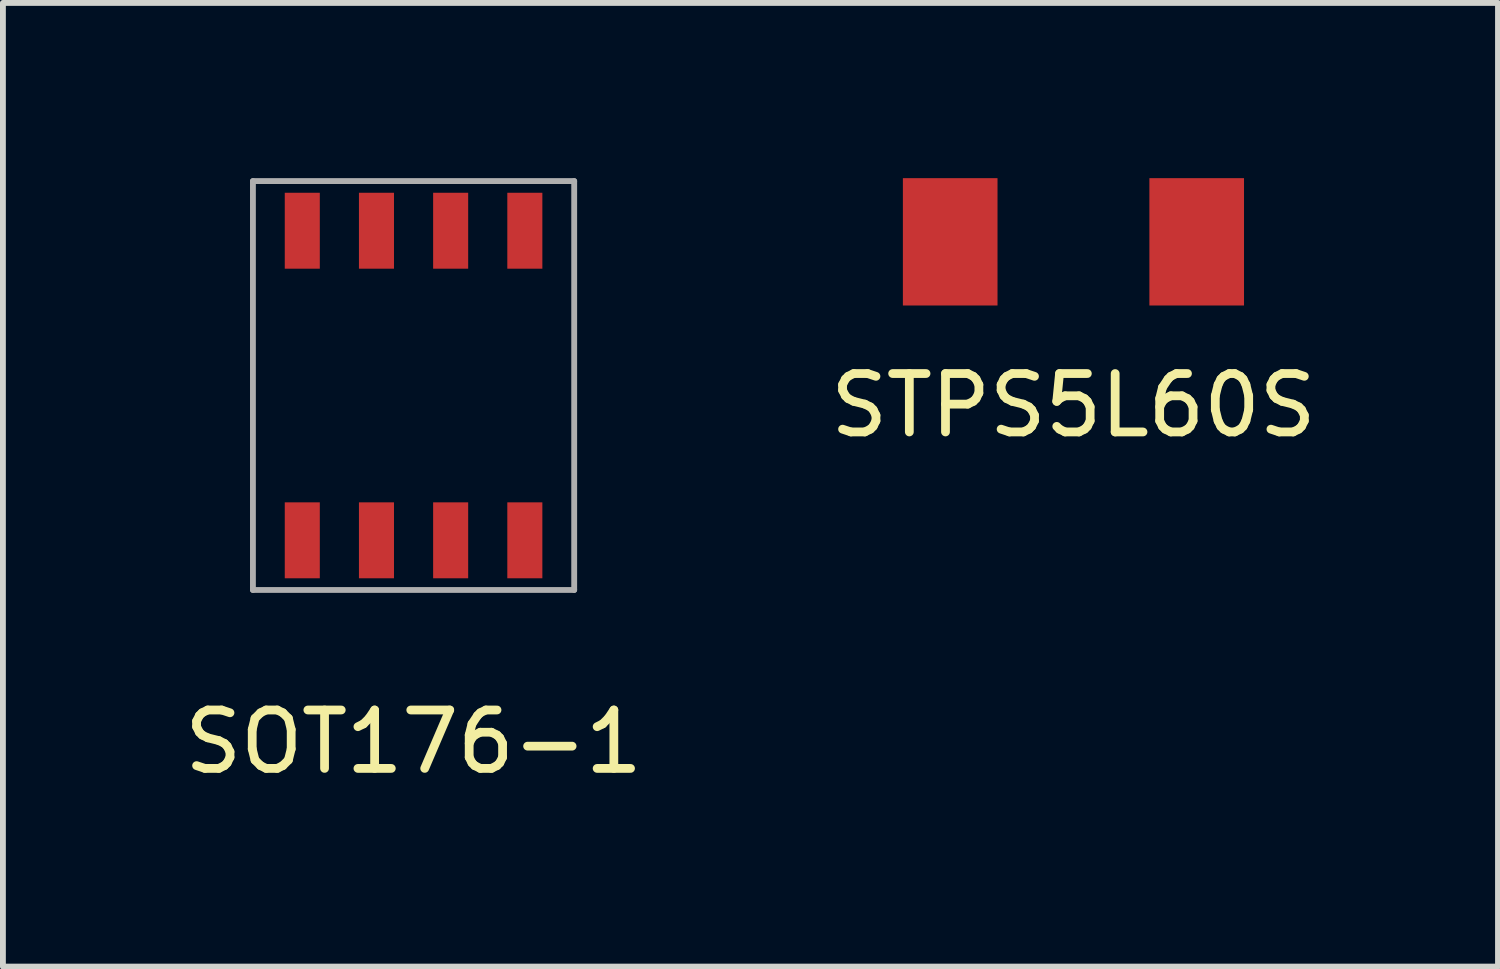
<source format=kicad_pcb>
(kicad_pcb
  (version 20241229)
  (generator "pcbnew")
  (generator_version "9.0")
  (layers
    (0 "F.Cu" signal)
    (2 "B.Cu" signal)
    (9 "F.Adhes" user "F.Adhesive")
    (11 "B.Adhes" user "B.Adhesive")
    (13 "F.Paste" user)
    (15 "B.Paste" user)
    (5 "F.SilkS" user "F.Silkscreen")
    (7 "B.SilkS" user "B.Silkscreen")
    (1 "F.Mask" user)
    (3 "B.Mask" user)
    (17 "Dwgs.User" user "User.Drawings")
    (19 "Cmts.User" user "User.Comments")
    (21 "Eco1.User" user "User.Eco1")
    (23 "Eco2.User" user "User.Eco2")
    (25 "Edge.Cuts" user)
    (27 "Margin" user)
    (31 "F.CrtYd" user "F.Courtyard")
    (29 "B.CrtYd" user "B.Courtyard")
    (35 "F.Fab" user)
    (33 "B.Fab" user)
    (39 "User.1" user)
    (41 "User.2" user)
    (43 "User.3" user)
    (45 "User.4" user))
  (footprint "SOT176-1"
    (layer "F.Cu")
    (at 4.03 3.55)
    (property "Reference" "SOT176-1" (at 0 6.1 0) (layer "F.SilkS") (effects (font (size 1 1) (thickness 0.15))))
    (attr through_hole)
    (fp_line (start -2.75 -3.5) (end -2.75 3.5) (stroke (width 0.1) (type solid)) (layer "F.Fab"))
    (fp_line (start -2.75 3.5) (end 2.75 3.5) (stroke (width 0.1) (type solid)) (layer "F.Fab"))
    (fp_line (start 2.75 -3.5) (end -2.75 -3.5) (stroke (width 0.1) (type solid)) (layer "F.Fab"))
    (fp_line (start 2.75 3.5) (end 2.75 -3.5) (stroke (width 0.1) (type solid)) (layer "F.Fab"))
    (pad "1" smd rect (at -1.905 2.65) (size 0.6 1.3) (layers "F.Cu" "F.Mask" "F.Paste"))
    (pad "2" smd rect (at -0.635 2.65) (size 0.6 1.3) (layers "F.Cu" "F.Mask" "F.Paste"))
    (pad "3" smd rect (at 0.635 2.65) (size 0.6 1.3) (layers "F.Cu" "F.Mask" "F.Paste"))
    (pad "4" smd rect (at 1.905 2.65) (size 0.6 1.3) (layers "F.Cu" "F.Mask" "F.Paste"))
    (pad "5" smd rect (at 1.905 -2.65) (size 0.6 1.3) (layers "F.Cu" "F.Mask" "F.Paste"))
    (pad "6" smd rect (at 0.635 -2.65) (size 0.6 1.3) (layers "F.Cu" "F.Mask" "F.Paste"))
    (pad "7" smd rect (at -0.635 -2.65) (size 0.6 1.3) (layers "F.Cu" "F.Mask" "F.Paste"))
    (pad "8" smd rect (at -1.905 -2.65) (size 0.6 1.3) (layers "F.Cu" "F.Mask" "F.Paste")))
  (footprint "STPS5L60S"
    (layer "F.Cu")
    (at 15.327 1.09)
    (property "Reference" "STPS5L60S" (at 0 2.8 0) (layer "F.SilkS") (effects (font (size 1 1) (thickness 0.15))))
    (attr through_hole)
    (pad "1" smd rect (at -2.11 0) (size 1.62 2.18) (layers "F.Cu" "F.Mask" "F.Paste"))
    (pad "2" smd rect (at 2.11 0) (size 1.62 2.18) (layers "F.Cu" "F.Mask" "F.Paste")))
  (gr_rect
    (start -3 -3)
    (end 22.595 13.498)
    (stroke (width 0.1) (type default))
    (fill no)
    (layer "Edge.Cuts")))
</source>
